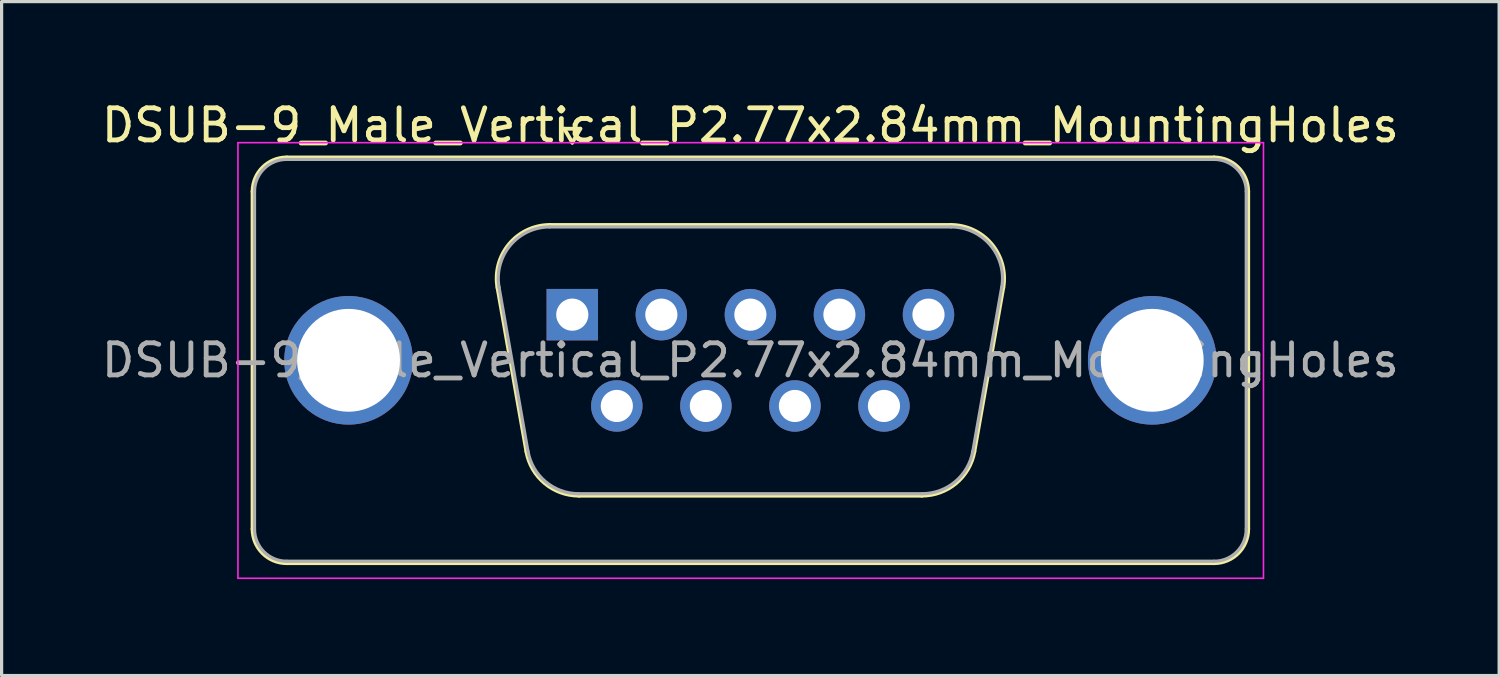
<source format=kicad_pcb>
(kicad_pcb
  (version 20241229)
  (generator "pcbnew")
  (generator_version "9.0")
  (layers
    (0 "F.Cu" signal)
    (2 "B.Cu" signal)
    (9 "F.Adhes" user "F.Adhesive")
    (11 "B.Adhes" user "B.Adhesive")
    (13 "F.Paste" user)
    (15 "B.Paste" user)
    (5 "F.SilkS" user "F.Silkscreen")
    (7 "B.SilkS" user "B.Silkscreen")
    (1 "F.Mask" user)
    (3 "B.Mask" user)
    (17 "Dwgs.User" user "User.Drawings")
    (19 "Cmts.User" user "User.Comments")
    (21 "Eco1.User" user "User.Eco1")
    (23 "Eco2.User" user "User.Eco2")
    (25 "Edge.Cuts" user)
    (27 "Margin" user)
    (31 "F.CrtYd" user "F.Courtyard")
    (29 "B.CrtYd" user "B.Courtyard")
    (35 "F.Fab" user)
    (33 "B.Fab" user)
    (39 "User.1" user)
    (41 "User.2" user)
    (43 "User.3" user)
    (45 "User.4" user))
  (footprint "DSUB-9_Male_Vertical_P2.77x2.84mm_MountingHoles"
    (layer "F.Cu")
    (at 14.752 6.738)
    (property "Reference" "DSUB-9_Male_Vertical_P2.77x2.84mm_MountingHoles" (at 5.54 -5.89 0) (layer "F.SilkS") (effects (font (size 1 1) (thickness 0.15))))
    (attr through_hole)
    (fp_line (start -9.945 6.67) (end -9.945 -3.83) (stroke (width 0.12) (type solid)) (layer "F.SilkS"))
    (fp_line (start -8.885 -4.89) (end 19.965 -4.89) (stroke (width 0.12) (type solid)) (layer "F.SilkS"))
    (fp_line (start -2.326 -0.842) (end -1.427 4.258) (stroke (width 0.12) (type solid)) (layer "F.SilkS"))
    (fp_line (start -0.692 -2.79) (end 11.772 -2.79) (stroke (width 0.12) (type solid)) (layer "F.SilkS"))
    (fp_line (start -0.25 -5.784) (end 0.25 -5.784) (stroke (width 0.12) (type solid)) (layer "F.SilkS"))
    (fp_line (start 0 -5.351) (end -0.25 -5.784) (stroke (width 0.12) (type solid)) (layer "F.SilkS"))
    (fp_line (start 0.208 5.63) (end 10.872 5.63) (stroke (width 0.12) (type solid)) (layer "F.SilkS"))
    (fp_line (start 0.25 -5.784) (end 0 -5.351) (stroke (width 0.12) (type solid)) (layer "F.SilkS"))
    (fp_line (start 13.406 -0.842) (end 12.507 4.258) (stroke (width 0.12) (type solid)) (layer "F.SilkS"))
    (fp_line (start 19.965 7.73) (end -8.885 7.73) (stroke (width 0.12) (type solid)) (layer "F.SilkS"))
    (fp_line (start 21.025 -3.83) (end 21.025 6.67) (stroke (width 0.12) (type solid)) (layer "F.SilkS"))
    (fp_arc (start -9.945 -3.83) (mid -9.634533 -4.579533) (end -8.885 -4.89) (stroke (width 0.12) (type solid)) (layer "F.SilkS"))
    (fp_arc (start -8.885 7.73) (mid -9.634533 7.419533) (end -9.945 6.67) (stroke (width 0.12) (type solid)) (layer "F.SilkS"))
    (fp_arc (start -2.32647 -0.841744) (mid -1.963323 -2.197028) (end -0.691689 -2.79) (stroke (width 0.12) (type solid)) (layer "F.SilkS"))
    (fp_arc (start 0.207579 5.63) (mid -0.859448 5.241634) (end -1.427202 4.258256) (stroke (width 0.12) (type solid)) (layer "F.SilkS"))
    (fp_arc (start 11.771689 -2.79) (mid 13.043323 -2.197027) (end 13.40647 -0.841744) (stroke (width 0.12) (type solid)) (layer "F.SilkS"))
    (fp_arc (start 12.507202 4.258256) (mid 11.939449 5.241634) (end 10.872421 5.63) (stroke (width 0.12) (type solid)) (layer "F.SilkS"))
    (fp_arc (start 19.965 -4.89) (mid 20.714533 -4.579533) (end 21.025 -3.83) (stroke (width 0.12) (type solid)) (layer "F.SilkS"))
    (fp_arc (start 21.025 6.67) (mid 20.714533 7.419533) (end 19.965 7.73) (stroke (width 0.12) (type solid)) (layer "F.SilkS"))
    (fp_line (start -10.4 -5.35) (end -10.4 8.2) (stroke (width 0.05) (type solid)) (layer "F.CrtYd"))
    (fp_line (start -10.4 8.2) (end 21.5 8.2) (stroke (width 0.05) (type solid)) (layer "F.CrtYd"))
    (fp_line (start 21.5 -5.35) (end -10.4 -5.35) (stroke (width 0.05) (type solid)) (layer "F.CrtYd"))
    (fp_line (start 21.5 8.2) (end 21.5 -5.35) (stroke (width 0.05) (type solid)) (layer "F.CrtYd"))
    (fp_line (start -9.885 6.67) (end -9.885 -3.83) (stroke (width 0.1) (type solid)) (layer "F.Fab"))
    (fp_line (start -8.885 -4.83) (end 19.965 -4.83) (stroke (width 0.1) (type solid)) (layer "F.Fab"))
    (fp_line (start -2.279 -0.852) (end -1.38 4.248) (stroke (width 0.1) (type solid)) (layer "F.Fab"))
    (fp_line (start -0.703 -2.73) (end 11.783 -2.73) (stroke (width 0.1) (type solid)) (layer "F.Fab"))
    (fp_line (start 0.196 5.57) (end 10.884 5.57) (stroke (width 0.1) (type solid)) (layer "F.Fab"))
    (fp_line (start 13.359 -0.852) (end 12.46 4.248) (stroke (width 0.1) (type solid)) (layer "F.Fab"))
    (fp_line (start 19.965 7.67) (end -8.885 7.67) (stroke (width 0.1) (type solid)) (layer "F.Fab"))
    (fp_line (start 20.965 -3.83) (end 20.965 6.67) (stroke (width 0.1) (type solid)) (layer "F.Fab"))
    (fp_arc (start -9.885 -3.83) (mid -9.592107 -4.537107) (end -8.885 -4.83) (stroke (width 0.1) (type solid)) (layer "F.Fab"))
    (fp_arc (start -8.885 7.67) (mid -9.592107 7.377107) (end -9.885 6.67) (stroke (width 0.1) (type solid)) (layer "F.Fab"))
    (fp_arc (start -2.278886 -0.852163) (mid -1.928865 -2.15846) (end -0.703194 -2.73) (stroke (width 0.1) (type solid)) (layer "F.Fab"))
    (fp_arc (start 0.196073 5.57) (mid -0.832387 5.195671) (end -1.379619 4.247837) (stroke (width 0.1) (type solid)) (layer "F.Fab"))
    (fp_arc (start 11.783194 -2.73) (mid 13.008865 -2.15846) (end 13.358886 -0.852163) (stroke (width 0.1) (type solid)) (layer "F.Fab"))
    (fp_arc (start 12.459619 4.247837) (mid 11.912387 5.195671) (end 10.883927 5.57) (stroke (width 0.1) (type solid)) (layer "F.Fab"))
    (fp_arc (start 19.965 -4.83) (mid 20.672107 -4.537107) (end 20.965 -3.83) (stroke (width 0.1) (type solid)) (layer "F.Fab"))
    (fp_arc (start 20.965 6.67) (mid 20.672107 7.377107) (end 19.965 7.67) (stroke (width 0.1) (type solid)) (layer "F.Fab"))
    (fp_text user "${REFERENCE}" (at 5.54 1.42 0) (layer "F.Fab") (effects (font (size 1 1) (thickness 0.15))))
    (pad "0" thru_hole circle (at -6.96 1.42) (size 4 4) (drill 3.2) (layers "*.Cu" "*.Mask"))
    (pad "0" thru_hole circle (at 18.04 1.42) (size 4 4) (drill 3.2) (layers "*.Cu" "*.Mask"))
    (pad "1" thru_hole rect (at 0 0) (size 1.6 1.6) (drill 1) (layers "*.Cu" "*.Mask"))
    (pad "2" thru_hole circle (at 2.77 0) (size 1.6 1.6) (drill 1) (layers "*.Cu" "*.Mask"))
    (pad "3" thru_hole circle (at 5.54 0) (size 1.6 1.6) (drill 1) (layers "*.Cu" "*.Mask"))
    (pad "4" thru_hole circle (at 8.31 0) (size 1.6 1.6) (drill 1) (layers "*.Cu" "*.Mask"))
    (pad "5" thru_hole circle (at 11.08 0) (size 1.6 1.6) (drill 1) (layers "*.Cu" "*.Mask"))
    (pad "6" thru_hole circle (at 1.385 2.84) (size 1.6 1.6) (drill 1) (layers "*.Cu" "*.Mask"))
    (pad "7" thru_hole circle (at 4.155 2.84) (size 1.6 1.6) (drill 1) (layers "*.Cu" "*.Mask"))
    (pad "8" thru_hole circle (at 6.925 2.84) (size 1.6 1.6) (drill 1) (layers "*.Cu" "*.Mask"))
    (pad "9" thru_hole circle (at 9.695 2.84) (size 1.6 1.6) (drill 1) (layers "*.Cu" "*.Mask")))
  (gr_rect
    (start -3 -3)
    (end 43.583 17.963)
    (stroke (width 0.1) (type default))
    (fill no)
    (layer "Edge.Cuts")))
</source>
